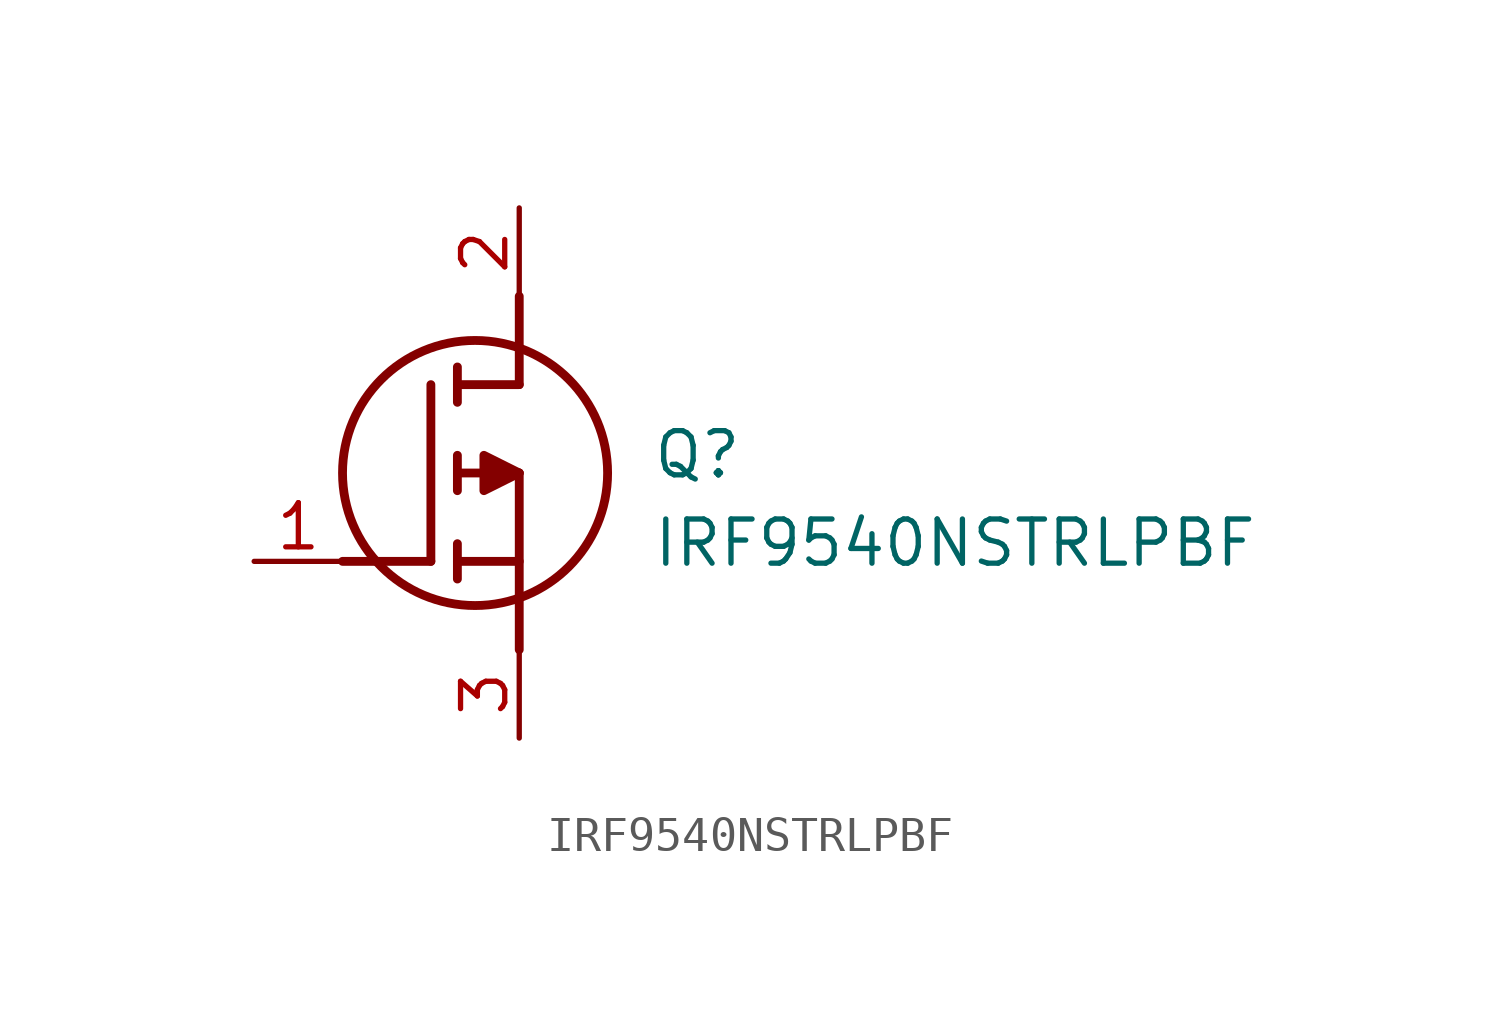
<source format=kicad_sym>
(kicad_symbol_lib
  (version 20211014)
  (generator SamacSys_ECAD_Model)
  (symbol "IRF9540NSTRLPBF"
    (pin_names hide)
    (property "Reference" "Q"
      (at 11.43 3.81 0)
      (effects (font (size 1.27 1.27)) (justify left top)))
    (property "Value" "IRF9540NSTRLPBF"
      (at 11.43 1.27 0)
      (effects (font (size 1.27 1.27)) (justify left top)))
    (polyline
      (pts (xy 7.62 2.54) (xy 7.62 -2.54))
      (stroke (width 0.254) (type default))
      (fill (type none)))
    (polyline
      (pts (xy 7.62 5.08) (xy 7.62 7.62))
      (stroke (width 0.254) (type default))
      (fill (type none)))
    (polyline
      (pts (xy 2.54 0) (xy 5.08 0))
      (stroke (width 0.254) (type default))
      (fill (type none)))
    (polyline
      (pts (xy 5.08 5.08) (xy 5.08 0))
      (stroke (width 0.254) (type default))
      (fill (type none)))
    (polyline
      (pts (xy 7.62 2.54) (xy 5.842 2.54))
      (stroke (width 0.254) (type default))
      (fill (type none)))
    (polyline
      (pts (xy 7.62 5.08) (xy 5.842 5.08))
      (stroke (width 0.254) (type default))
      (fill (type none)))
    (polyline
      (pts (xy 5.842 0) (xy 7.62 0))
      (stroke (width 0.254) (type default))
      (fill (type none)))
    (polyline
      (pts (xy 5.842 5.588) (xy 5.842 4.572))
      (stroke (width 0.254) (type default))
      (fill (type none)))
    (polyline
      (pts (xy 5.842 -0.508) (xy 5.842 0.508))
      (stroke (width 0.254) (type default))
      (fill (type none)))
    (polyline
      (pts (xy 5.842 2.032) (xy 5.842 3.048))
      (stroke (width 0.254) (type default))
      (fill (type none)))
    (circle
      (center 6.35 2.54)
      (radius 3.81)
      (stroke (width 0.254) (type default))
      (fill (type none)))
    (polyline
      (pts (xy 7.62 2.54) (xy 6.604 3.048) (xy 6.604 2.032) (xy 7.62 2.54))
      (stroke (width 0.254) (type default))
      (fill (type outline)))
    (pin passive line
      (at 0 0 0)
      (length 2.54)
      (name "G" (effects (font (size 1.27 1.27))))
      (number "1" (effects (font (size 1.27 1.27)))))
    (pin passive line
      (at 7.62 10.16 270)
      (length 2.54)
      (name "D" (effects (font (size 1.27 1.27))))
      (number "2" (effects (font (size 1.27 1.27)))))
    (pin passive line
      (at 7.62 -5.08 90)
      (length 2.54)
      (name "S" (effects (font (size 1.27 1.27))))
      (number "3" (effects (font (size 1.27 1.27)))))))
</source>
